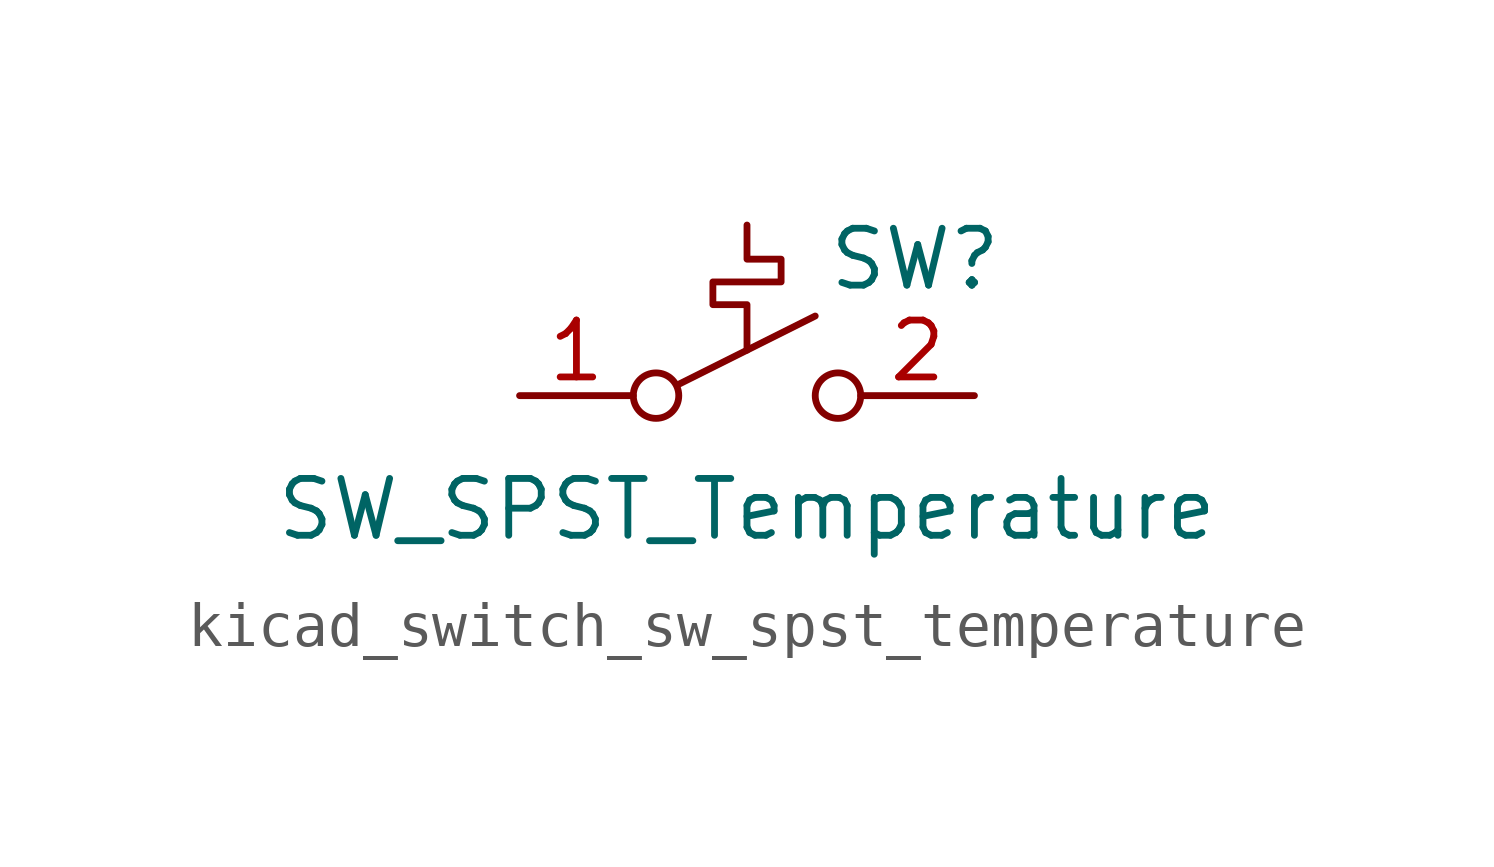
<source format=kicad_sym>
(kicad_symbol_lib
  (version 20220914)
  (generator kicad_symbol_editor)
  (symbol "kicad_switch_sw_spst_temperature"
    (pin_names
      (offset 0) hide)
    (property "Reference" "SW"
      (at 1.778 3.048 0)
      (effects (font (size 1.27 1.27)) (justify left)))
    (property "Value" "SW_SPST_Temperature"
      (at 0 -2.54 0)
      (effects (font (size 1.27 1.27))))
    (symbol "kicad_switch_sw_spst_temperature_0_0"
      (circle (center -2.032 0) (radius 0.508) (stroke (width 0) (type default)) (fill (type none)))
      (polyline (pts (xy -1.524 0.254) (xy 1.524 1.778)) (stroke (width 0) (type default)) (fill (type none)))
      (polyline (pts (xy 0 1.016) (xy 0 2.032) (xy -0.762 2.032) (xy -0.762 2.54) (xy 0.762 2.54) (xy 0.762 3.048) (xy 0 3.048) (xy 0 3.81)) (stroke (width 0) (type default)) (fill (type none)))
      (circle (center 2.032 0) (radius 0.508) (stroke (width 0) (type default)) (fill (type none))))
    (symbol "kicad_switch_sw_spst_temperature_1_1"
      (pin passive line (at -5.08 0 0) (length 2.54) (name "A" (effects (font (size 1.27 1.27)))) (number "1" (effects (font (size 1.27 1.27)))))
      (pin passive line (at 5.08 0 180) (length 2.54) (name "B" (effects (font (size 1.27 1.27)))) (number "2" (effects (font (size 1.27 1.27))))))))
</source>
